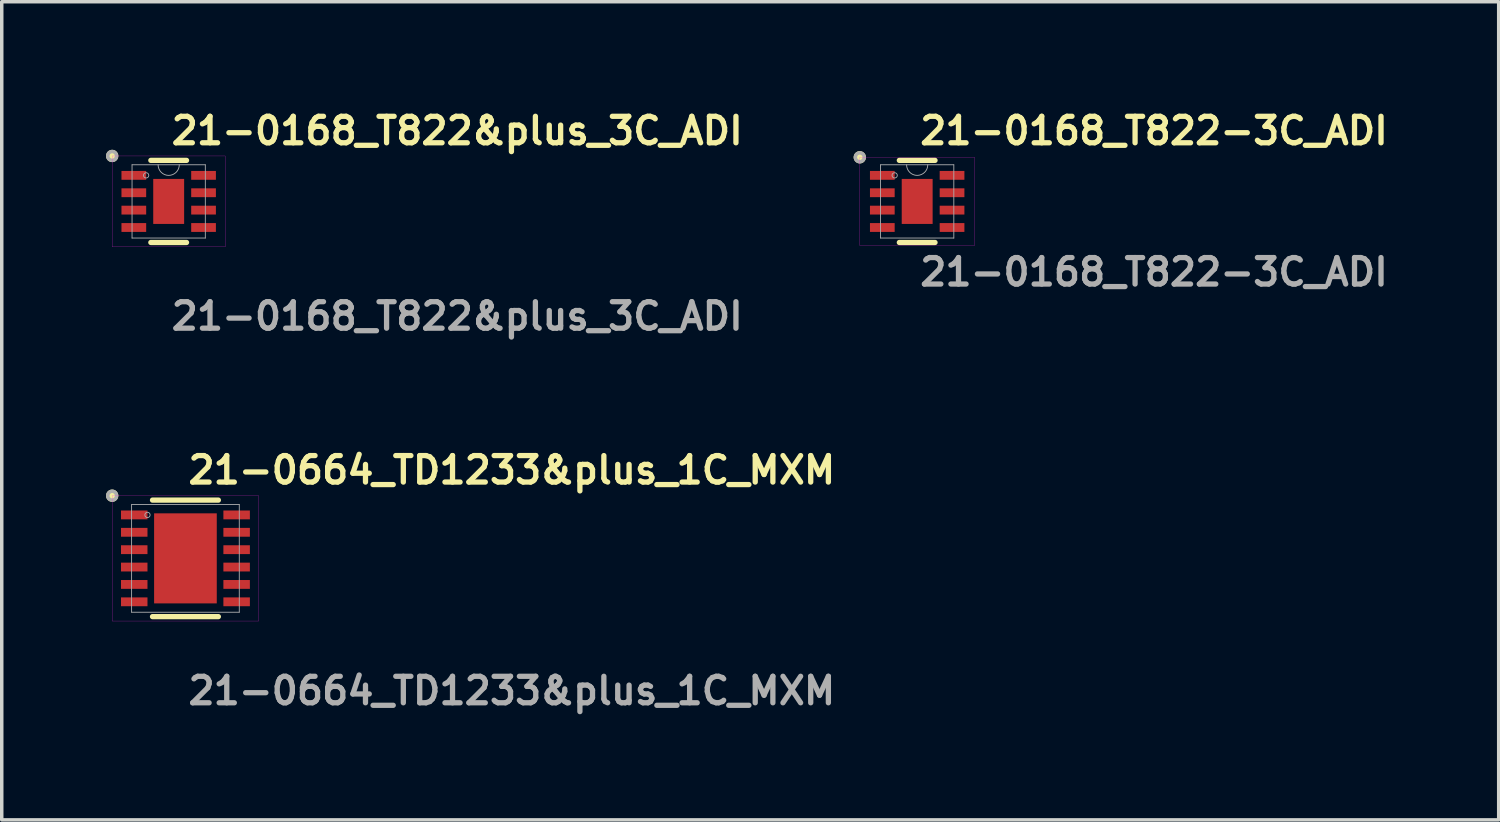
<source format=kicad_pcb>
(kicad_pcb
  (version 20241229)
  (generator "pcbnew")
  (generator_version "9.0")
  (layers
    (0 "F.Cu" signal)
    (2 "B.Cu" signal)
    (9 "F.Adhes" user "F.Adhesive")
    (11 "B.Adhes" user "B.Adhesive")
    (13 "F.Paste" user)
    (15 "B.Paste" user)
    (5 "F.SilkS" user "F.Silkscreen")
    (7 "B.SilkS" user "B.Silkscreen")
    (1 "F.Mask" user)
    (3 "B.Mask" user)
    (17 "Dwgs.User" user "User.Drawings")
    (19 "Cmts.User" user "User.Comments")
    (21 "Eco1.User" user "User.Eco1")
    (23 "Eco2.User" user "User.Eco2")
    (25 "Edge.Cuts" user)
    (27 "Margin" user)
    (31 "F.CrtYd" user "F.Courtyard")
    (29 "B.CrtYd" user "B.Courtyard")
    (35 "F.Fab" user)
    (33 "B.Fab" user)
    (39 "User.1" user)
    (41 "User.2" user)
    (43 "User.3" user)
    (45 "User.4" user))
  (footprint "21-0168_T822-3C_ADI"
    (layer "F.Cu")
    (at 23.337 2.745)
    (property "Reference" "21-0168_T822-3C_ADI" (at 0 -2.032 0) (unlocked yes) (layer "F.SilkS") (effects (font (size 0.762 0.762) (thickness 0.152) (bold yes)) (justify left)))
    (attr smd)
    (fp_line (start -0.513 1.181) (end 0.513 1.181) (stroke (width 0.152) (type solid)) (layer "F.SilkS"))
    (fp_line (start 0.513 -1.181) (end -0.513 -1.181) (stroke (width 0.152) (type solid)) (layer "F.SilkS"))
    (fp_circle (center -1.651 -1.27) (end -1.524 -1.27) (stroke (width 0.1) (type solid)) (fill yes) (layer "F.SilkS"))
    (fp_rect (start -1.651 -1.27) (end 1.651 1.27) (stroke (width 0.006) (type default)) (fill no) (layer "F.CrtYd"))
    (fp_line (start -1.054 -1.054) (end -1.054 1.054) (stroke (width 0.025) (type solid)) (layer "F.Fab"))
    (fp_line (start -1.054 1.054) (end 1.054 1.054) (stroke (width 0.025) (type solid)) (layer "F.Fab"))
    (fp_line (start 1.054 -1.054) (end -1.054 -1.054) (stroke (width 0.025) (type solid)) (layer "F.Fab"))
    (fp_line (start 1.054 1.054) (end 1.054 -1.054) (stroke (width 0.025) (type solid)) (layer "F.Fab"))
    (fp_arc (start 0.3048 -1.0541) (mid 0 -0.7493) (end -0.3048 -1.0541) (stroke (width 0.0254) (type solid)) (layer "F.Fab"))
    (fp_circle (center -1.651 -1.27) (end -1.524 -1.27) (stroke (width 0.1) (type solid)) (fill no) (layer "F.Fab"))
    (fp_circle (center -0.648 -0.75) (end -0.572 -0.75) (stroke (width 0.025) (type solid)) (fill no) (layer "F.Fab"))
    (fp_text user "${REFERENCE}" (at 0 2.032 0) (unlocked yes) (layer "F.Fab") (effects (font (size 0.762 0.762) (thickness 0.152) (bold yes)) (justify left)))
    (pad "1" smd rect (at -1.003 -0.75) (size 0.711 0.254) (layers "F.Cu" "F.Mask" "F.Paste"))
    (pad "2" smd rect (at -1.003 -0.25) (size 0.711 0.254) (layers "F.Cu" "F.Mask" "F.Paste"))
    (pad "3" smd rect (at -1.003 0.25) (size 0.711 0.254) (layers "F.Cu" "F.Mask" "F.Paste"))
    (pad "4" smd rect (at -1.003 0.75) (size 0.711 0.254) (layers "F.Cu" "F.Mask" "F.Paste"))
    (pad "5" smd rect (at 1.003 0.75) (size 0.711 0.254) (layers "F.Cu" "F.Mask" "F.Paste"))
    (pad "6" smd rect (at 1.003 0.25) (size 0.711 0.254) (layers "F.Cu" "F.Mask" "F.Paste"))
    (pad "7" smd rect (at 1.003 -0.25) (size 0.711 0.254) (layers "F.Cu" "F.Mask" "F.Paste"))
    (pad "8" smd rect (at 1.003 -0.75) (size 0.711 0.254) (layers "F.Cu" "F.Mask" "F.Paste"))
    (pad "9" smd rect (at 0 0) (size 0.889 1.295) (layers "F.Cu" "F.Mask" "F.Paste")))
  (footprint "21-0168_T822&plus_3C_ADI"
    (layer "F.Cu")
    (at 1.803 2.745)
    (property "Reference" "21-0168_T822&plus_3C_ADI" (at 0 -2.032 0) (unlocked yes) (layer "F.SilkS") (effects (font (size 0.762 0.762) (thickness 0.152) (bold yes)) (justify left)))
    (attr smd)
    (fp_line (start -0.513 1.181) (end 0.513 1.181) (stroke (width 0.152) (type solid)) (layer "F.SilkS"))
    (fp_line (start 0.513 -1.181) (end -0.513 -1.181) (stroke (width 0.152) (type solid)) (layer "F.SilkS"))
    (fp_circle (center -1.626 -1.308) (end -1.499 -1.308) (stroke (width 0.1) (type solid)) (fill yes) (layer "F.SilkS"))
    (fp_rect (start -1.626 -1.308) (end 1.626 1.308) (stroke (width 0.006) (type solid)) (fill no) (layer "F.CrtYd"))
    (fp_line (start -1.054 -1.054) (end -1.054 1.054) (stroke (width 0.025) (type solid)) (layer "F.Fab"))
    (fp_line (start -1.054 1.054) (end 1.054 1.054) (stroke (width 0.025) (type solid)) (layer "F.Fab"))
    (fp_line (start 1.054 -1.054) (end -1.054 -1.054) (stroke (width 0.025) (type solid)) (layer "F.Fab"))
    (fp_line (start 1.054 1.054) (end 1.054 -1.054) (stroke (width 0.025) (type solid)) (layer "F.Fab"))
    (fp_arc (start 0.3048 -1.0541) (mid 0 -0.7493) (end -0.3048 -1.0541) (stroke (width 0.0254) (type solid)) (layer "F.Fab"))
    (fp_circle (center -1.626 -1.308) (end -1.499 -1.308) (stroke (width 0.1) (type solid)) (fill no) (layer "F.Fab"))
    (fp_circle (center -0.648 -0.75) (end -0.572 -0.75) (stroke (width 0.025) (type solid)) (fill no) (layer "F.Fab"))
    (fp_text user "${REFERENCE}" (at 0 3.302 0) (unlocked yes) (layer "F.Fab") (effects (font (size 0.762 0.762) (thickness 0.152) (bold yes)) (justify left)))
    (pad "1" smd rect (at -1.003 -0.75) (size 0.711 0.254) (layers "F.Cu" "F.Mask" "F.Paste"))
    (pad "2" smd rect (at -1.003 -0.25) (size 0.711 0.254) (layers "F.Cu" "F.Mask" "F.Paste"))
    (pad "3" smd rect (at -1.003 0.25) (size 0.711 0.254) (layers "F.Cu" "F.Mask" "F.Paste"))
    (pad "4" smd rect (at -1.003 0.75) (size 0.711 0.254) (layers "F.Cu" "F.Mask" "F.Paste"))
    (pad "5" smd rect (at 1.003 0.75) (size 0.711 0.254) (layers "F.Cu" "F.Mask" "F.Paste"))
    (pad "6" smd rect (at 1.003 0.25) (size 0.711 0.254) (layers "F.Cu" "F.Mask" "F.Paste"))
    (pad "7" smd rect (at 1.003 -0.25) (size 0.711 0.254) (layers "F.Cu" "F.Mask" "F.Paste"))
    (pad "8" smd rect (at 1.003 -0.75) (size 0.711 0.254) (layers "F.Cu" "F.Mask" "F.Paste"))
    (pad "9" smd rect (at 0 0) (size 0.889 1.295) (layers "F.Cu" "F.Mask" "F.Paste")))
  (footprint "21-0664_TD1233&plus_1C_MXM"
    (layer "F.Cu")
    (at 2.285 13.014)
    (property "Reference" "21-0664_TD1233&plus_1C_MXM" (at 0 -2.54 0) (unlocked yes) (layer "F.SilkS") (effects (font (size 0.762 0.762) (thickness 0.152) (bold yes)) (justify left)))
    (attr smd)
    (fp_line (start -0.947 1.676) (end 0.947 1.676) (stroke (width 0.152) (type solid)) (layer "F.SilkS"))
    (fp_line (start 0.947 -1.676) (end -0.947 -1.676) (stroke (width 0.152) (type solid)) (layer "F.SilkS"))
    (fp_circle (center -2.108 -1.803) (end -1.981 -1.803) (stroke (width 0.1) (type solid)) (fill yes) (layer "F.SilkS"))
    (fp_poly (pts (xy -0.802 -1.195) (xy -0.802 -0.1) (xy 0.802 -0.1) (xy 0.802 -1.195)) (stroke (width 0) (type solid)) (fill yes) (layer "F.Paste"))
    (fp_poly (pts (xy -0.802 0.1) (xy -0.802 1.195) (xy 0.802 1.195) (xy 0.802 0.1)) (stroke (width 0) (type solid)) (fill yes) (layer "F.Paste"))
    (fp_rect (start -2.108 -1.803) (end 2.108 1.803) (stroke (width 0.006) (type default)) (fill no) (layer "F.CrtYd"))
    (fp_line (start -1.549 -1.549) (end -1.549 1.549) (stroke (width 0.025) (type solid)) (layer "F.Fab"))
    (fp_line (start -1.549 1.549) (end 1.549 1.549) (stroke (width 0.025) (type solid)) (layer "F.Fab"))
    (fp_line (start 1.549 -1.549) (end -1.549 -1.549) (stroke (width 0.025) (type solid)) (layer "F.Fab"))
    (fp_line (start 1.549 1.549) (end 1.549 -1.549) (stroke (width 0.025) (type solid)) (layer "F.Fab"))
    (fp_circle (center -2.108 -1.803) (end -1.981 -1.803) (stroke (width 0.1) (type solid)) (fill no) (layer "F.Fab"))
    (fp_circle (center -1.092 -1.25) (end -1.016 -1.25) (stroke (width 0.025) (type solid)) (fill no) (layer "F.Fab"))
    (fp_text user "${REFERENCE}" (at 0 3.81 0) (unlocked yes) (layer "F.Fab") (effects (font (size 0.762 0.762) (thickness 0.152) (bold yes)) (justify left)))
    (pad "1" smd rect (at -1.473 -1.25) (size 0.762 0.254) (layers "F.Cu" "F.Mask" "F.Paste"))
    (pad "2" smd rect (at -1.473 -0.75) (size 0.762 0.254) (layers "F.Cu" "F.Mask" "F.Paste"))
    (pad "3" smd rect (at -1.473 -0.25) (size 0.762 0.254) (layers "F.Cu" "F.Mask" "F.Paste"))
    (pad "4" smd rect (at -1.473 0.25) (size 0.762 0.254) (layers "F.Cu" "F.Mask" "F.Paste"))
    (pad "5" smd rect (at -1.473 0.75) (size 0.762 0.254) (layers "F.Cu" "F.Mask" "F.Paste"))
    (pad "6" smd rect (at -1.473 1.25) (size 0.762 0.254) (layers "F.Cu" "F.Mask" "F.Paste"))
    (pad "7" smd rect (at 1.473 1.25) (size 0.762 0.254) (layers "F.Cu" "F.Mask" "F.Paste"))
    (pad "8" smd rect (at 1.473 0.75) (size 0.762 0.254) (layers "F.Cu" "F.Mask" "F.Paste"))
    (pad "9" smd rect (at 1.473 0.25) (size 0.762 0.254) (layers "F.Cu" "F.Mask" "F.Paste"))
    (pad "10" smd rect (at 1.473 -0.25) (size 0.762 0.254) (layers "F.Cu" "F.Mask" "F.Paste"))
    (pad "11" smd rect (at 1.473 -0.75) (size 0.762 0.254) (layers "F.Cu" "F.Mask" "F.Paste"))
    (pad "12" smd rect (at 1.473 -1.25) (size 0.762 0.254) (layers "F.Cu" "F.Mask" "F.Paste"))
    (pad "13" smd rect (at 0 0) (size 1.803 2.591) (layers "F.Cu" "F.Mask" "F.Paste")))
  (gr_rect
    (start -3 -3)
    (end 40.067 20.537)
    (stroke (width 0.1) (type default))
    (fill no)
    (layer "Edge.Cuts")))
</source>
